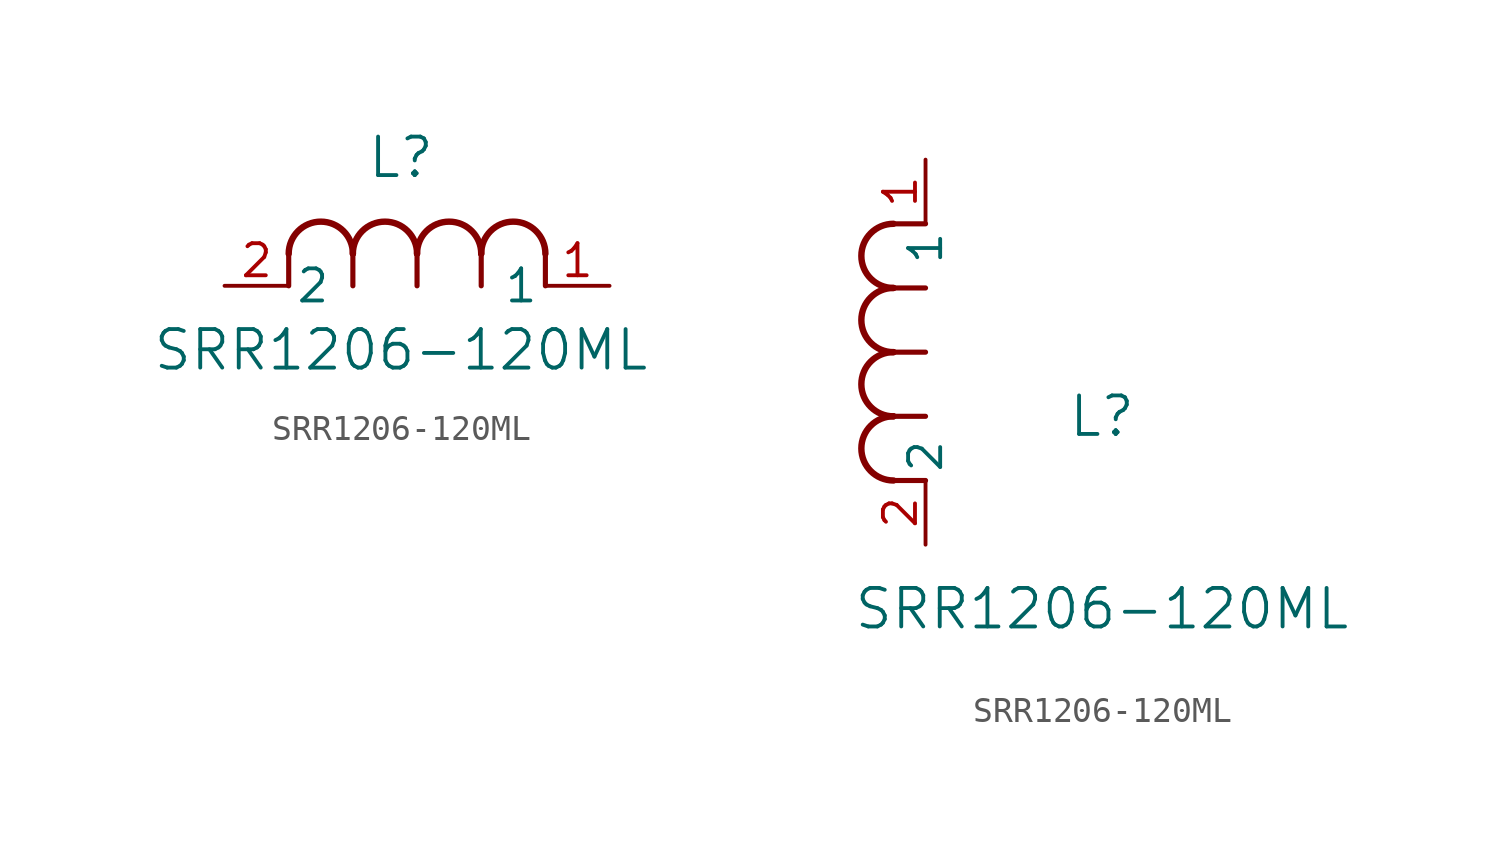
<source format=kicad_sym>
(kicad_symbol_lib
  (version 20211014)
  (generator kicad_symbol_editor)
  (symbol "SRR1206-120ML"
    (pin_names
      (offset 0.254))
    (property "Reference" "L"
      (at 6.985 5.08 0)
      (effects (font (size 1.524 1.524))))
    (property "Value" "SRR1206-120ML"
      (at 6.985 -2.54 0)
      (effects (font (size 1.524 1.524))))
    (symbol "SRR1206-120ML_1_1"
      (arc (start 7.62 1.27) (mid 6.35 2.54) (end 5.08 1.27) (stroke (width 0.254) (type default) (color 0 0 0 0)) (fill (type none)))
      (polyline (pts (xy 5.08 0) (xy 5.08 1.27)) (stroke (width 0.203) (type default) (color 0 0 0 0)) (fill (type none)))
      (polyline (pts (xy 7.62 0) (xy 7.62 1.27)) (stroke (width 0.203) (type default) (color 0 0 0 0)) (fill (type none)))
      (polyline (pts (xy 12.7 0) (xy 12.7 1.27)) (stroke (width 0.203) (type default) (color 0 0 0 0)) (fill (type none)))
      (arc (start 5.08 1.27) (mid 3.81 2.54) (end 2.54 1.27) (stroke (width 0.254) (type default) (color 0 0 0 0)) (fill (type none)))
      (arc (start 10.16 1.27) (mid 8.89 2.54) (end 7.62 1.27) (stroke (width 0.254) (type default) (color 0 0 0 0)) (fill (type none)))
      (arc (start 12.7 1.27) (mid 11.43 2.54) (end 10.16 1.27) (stroke (width 0.254) (type default) (color 0 0 0 0)) (fill (type none)))
      (polyline (pts (xy 2.54 0) (xy 2.54 1.27)) (stroke (width 0.203) (type default) (color 0 0 0 0)) (fill (type none)))
      (polyline (pts (xy 10.16 0) (xy 10.16 1.27)) (stroke (width 0.203) (type default) (color 0 0 0 0)) (fill (type none)))
      (pin unspecified line (at 0 0 0) (length 2.54) (name "2" (effects (font (size 1.27 1.27)))) (number "2" (effects (font (size 1.27 1.27)))))
      (pin unspecified line (at 15.24 0 180) (length 2.54) (name "1" (effects (font (size 1.27 1.27)))) (number "1" (effects (font (size 1.27 1.27))))))
    (symbol "SRR1206-120ML_1_2"
      (arc (start -1.27 7.62) (mid -2.54 6.35) (end -1.27 5.08) (stroke (width 0.254) (type default) (color 0 0 0 0)) (fill (type none)))
      (arc (start -1.27 5.08) (mid -2.54 3.81) (end -1.27 2.54) (stroke (width 0.254) (type default) (color 0 0 0 0)) (fill (type none)))
      (arc (start -1.27 12.7) (mid -2.54 11.43) (end -1.27 10.16) (stroke (width 0.254) (type default) (color 0 0 0 0)) (fill (type none)))
      (arc (start -1.27 10.16) (mid -2.54 8.89) (end -1.27 7.62) (stroke (width 0.254) (type default) (color 0 0 0 0)) (fill (type none)))
      (polyline (pts (xy 0 7.62) (xy -1.27 7.62)) (stroke (width 0.203) (type default) (color 0 0 0 0)) (fill (type none)))
      (polyline (pts (xy 0 5.08) (xy -1.27 5.08)) (stroke (width 0.203) (type default) (color 0 0 0 0)) (fill (type none)))
      (polyline (pts (xy 0 12.7) (xy -1.27 12.7)) (stroke (width 0.203) (type default) (color 0 0 0 0)) (fill (type none)))
      (polyline (pts (xy 0 2.54) (xy -1.27 2.54)) (stroke (width 0.203) (type default) (color 0 0 0 0)) (fill (type none)))
      (polyline (pts (xy 0 10.16) (xy -1.27 10.16)) (stroke (width 0.203) (type default) (color 0 0 0 0)) (fill (type none)))
      (pin unspecified line (at 0 0 90) (length 2.54) (name "2" (effects (font (size 1.27 1.27)))) (number "2" (effects (font (size 1.27 1.27)))))
      (pin unspecified line (at 0 15.24 270) (length 2.54) (name "1" (effects (font (size 1.27 1.27)))) (number "1" (effects (font (size 1.27 1.27))))))))
</source>
